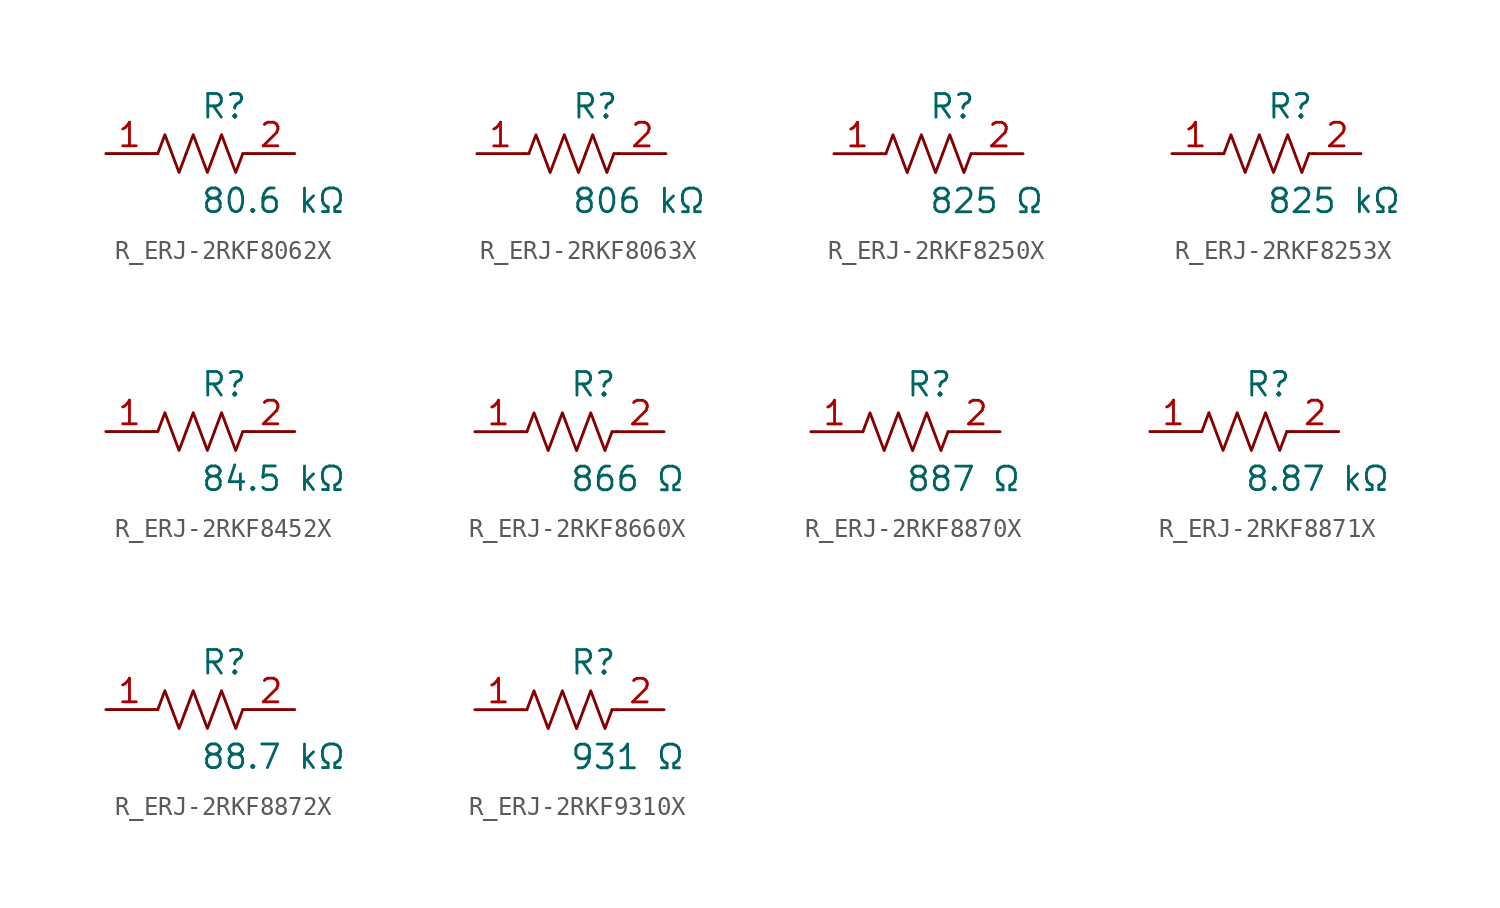
<source format=kicad_sym>
(kicad_symbol_lib
  (version 20231120)
  (generator kicad_symbol_editor)
  (generator_version 8.0)
  (symbol "R_ERJ-2RKF8062X"
    (pin_names
      (offset 0.254))
    (property "Reference" "R"
      (at 0.0 2.54 0)
      (effects (font (size 1.27 1.27)) (justify left)))
    (property "Value" "80.6 kΩ"
      (at 0.0 -2.54 0)
      (effects (font (size 1.27 1.27)) (justify left)))
    (symbol "R_ERJ-2RKF8062X_0_1"
      (polyline (pts (xy 2.286 0) (xy 2.54 0)) (stroke (width 0) (type default)) (fill (type none)))
      (polyline (pts (xy -2.286 0) (xy -2.54 0)) (stroke (width 0) (type default)) (fill (type none)))
      (polyline (pts (xy 0.762 0) (xy 1.143 1.016) (xy 1.524 0) (xy 1.905 -1.016) (xy 2.286 0)) (stroke (width 0) (type default)) (fill (type none)))
      (polyline (pts (xy -0.762 0) (xy -0.381 1.016) (xy 0 0) (xy 0.381 -1.016) (xy 0.762 0)) (stroke (width 0) (type default)) (fill (type none)))
      (polyline (pts (xy -2.286 0) (xy -1.905 1.016) (xy -1.524 0) (xy -1.143 -1.016) (xy -0.762 0)) (stroke (width 0) (type default)) (fill (type none))))
    (pin unspecified line
      (at -5.08 0 0)
      (length 2.54)
      (name "" (effects (font (size 1.27 1.27))))
      (number "1" (effects (font (size 1.27 1.27)))))
    (pin unspecified line
      (at 5.08 0 180)
      (length 2.54)
      (name "" (effects (font (size 1.27 1.27))))
      (number "2" (effects (font (size 1.27 1.27))))))
  (symbol "R_ERJ-2RKF8063X"
    (pin_names
      (offset 0.254))
    (property "Reference" "R"
      (at 0.0 2.54 0)
      (effects (font (size 1.27 1.27)) (justify left)))
    (property "Value" "806 kΩ"
      (at 0.0 -2.54 0)
      (effects (font (size 1.27 1.27)) (justify left)))
    (symbol "R_ERJ-2RKF8063X_0_1"
      (polyline (pts (xy 2.286 0) (xy 2.54 0)) (stroke (width 0) (type default)) (fill (type none)))
      (polyline (pts (xy -2.286 0) (xy -2.54 0)) (stroke (width 0) (type default)) (fill (type none)))
      (polyline (pts (xy 0.762 0) (xy 1.143 1.016) (xy 1.524 0) (xy 1.905 -1.016) (xy 2.286 0)) (stroke (width 0) (type default)) (fill (type none)))
      (polyline (pts (xy -0.762 0) (xy -0.381 1.016) (xy 0 0) (xy 0.381 -1.016) (xy 0.762 0)) (stroke (width 0) (type default)) (fill (type none)))
      (polyline (pts (xy -2.286 0) (xy -1.905 1.016) (xy -1.524 0) (xy -1.143 -1.016) (xy -0.762 0)) (stroke (width 0) (type default)) (fill (type none))))
    (pin unspecified line
      (at -5.08 0 0)
      (length 2.54)
      (name "" (effects (font (size 1.27 1.27))))
      (number "1" (effects (font (size 1.27 1.27)))))
    (pin unspecified line
      (at 5.08 0 180)
      (length 2.54)
      (name "" (effects (font (size 1.27 1.27))))
      (number "2" (effects (font (size 1.27 1.27))))))
  (symbol "R_ERJ-2RKF8250X"
    (pin_names
      (offset 0.254))
    (property "Reference" "R"
      (at 0.0 2.54 0)
      (effects (font (size 1.27 1.27)) (justify left)))
    (property "Value" "825 Ω"
      (at 0.0 -2.54 0)
      (effects (font (size 1.27 1.27)) (justify left)))
    (symbol "R_ERJ-2RKF8250X_0_1"
      (polyline (pts (xy 2.286 0) (xy 2.54 0)) (stroke (width 0) (type default)) (fill (type none)))
      (polyline (pts (xy -2.286 0) (xy -2.54 0)) (stroke (width 0) (type default)) (fill (type none)))
      (polyline (pts (xy 0.762 0) (xy 1.143 1.016) (xy 1.524 0) (xy 1.905 -1.016) (xy 2.286 0)) (stroke (width 0) (type default)) (fill (type none)))
      (polyline (pts (xy -0.762 0) (xy -0.381 1.016) (xy 0 0) (xy 0.381 -1.016) (xy 0.762 0)) (stroke (width 0) (type default)) (fill (type none)))
      (polyline (pts (xy -2.286 0) (xy -1.905 1.016) (xy -1.524 0) (xy -1.143 -1.016) (xy -0.762 0)) (stroke (width 0) (type default)) (fill (type none))))
    (pin unspecified line
      (at -5.08 0 0)
      (length 2.54)
      (name "" (effects (font (size 1.27 1.27))))
      (number "1" (effects (font (size 1.27 1.27)))))
    (pin unspecified line
      (at 5.08 0 180)
      (length 2.54)
      (name "" (effects (font (size 1.27 1.27))))
      (number "2" (effects (font (size 1.27 1.27))))))
  (symbol "R_ERJ-2RKF8253X"
    (pin_names
      (offset 0.254))
    (property "Reference" "R"
      (at 0.0 2.54 0)
      (effects (font (size 1.27 1.27)) (justify left)))
    (property "Value" "825 kΩ"
      (at 0.0 -2.54 0)
      (effects (font (size 1.27 1.27)) (justify left)))
    (symbol "R_ERJ-2RKF8253X_0_1"
      (polyline (pts (xy 2.286 0) (xy 2.54 0)) (stroke (width 0) (type default)) (fill (type none)))
      (polyline (pts (xy -2.286 0) (xy -2.54 0)) (stroke (width 0) (type default)) (fill (type none)))
      (polyline (pts (xy 0.762 0) (xy 1.143 1.016) (xy 1.524 0) (xy 1.905 -1.016) (xy 2.286 0)) (stroke (width 0) (type default)) (fill (type none)))
      (polyline (pts (xy -0.762 0) (xy -0.381 1.016) (xy 0 0) (xy 0.381 -1.016) (xy 0.762 0)) (stroke (width 0) (type default)) (fill (type none)))
      (polyline (pts (xy -2.286 0) (xy -1.905 1.016) (xy -1.524 0) (xy -1.143 -1.016) (xy -0.762 0)) (stroke (width 0) (type default)) (fill (type none))))
    (pin unspecified line
      (at -5.08 0 0)
      (length 2.54)
      (name "" (effects (font (size 1.27 1.27))))
      (number "1" (effects (font (size 1.27 1.27)))))
    (pin unspecified line
      (at 5.08 0 180)
      (length 2.54)
      (name "" (effects (font (size 1.27 1.27))))
      (number "2" (effects (font (size 1.27 1.27))))))
  (symbol "R_ERJ-2RKF8452X"
    (pin_names
      (offset 0.254))
    (property "Reference" "R"
      (at 0.0 2.54 0)
      (effects (font (size 1.27 1.27)) (justify left)))
    (property "Value" "84.5 kΩ"
      (at 0.0 -2.54 0)
      (effects (font (size 1.27 1.27)) (justify left)))
    (symbol "R_ERJ-2RKF8452X_0_1"
      (polyline (pts (xy 2.286 0) (xy 2.54 0)) (stroke (width 0) (type default)) (fill (type none)))
      (polyline (pts (xy -2.286 0) (xy -2.54 0)) (stroke (width 0) (type default)) (fill (type none)))
      (polyline (pts (xy 0.762 0) (xy 1.143 1.016) (xy 1.524 0) (xy 1.905 -1.016) (xy 2.286 0)) (stroke (width 0) (type default)) (fill (type none)))
      (polyline (pts (xy -0.762 0) (xy -0.381 1.016) (xy 0 0) (xy 0.381 -1.016) (xy 0.762 0)) (stroke (width 0) (type default)) (fill (type none)))
      (polyline (pts (xy -2.286 0) (xy -1.905 1.016) (xy -1.524 0) (xy -1.143 -1.016) (xy -0.762 0)) (stroke (width 0) (type default)) (fill (type none))))
    (pin unspecified line
      (at -5.08 0 0)
      (length 2.54)
      (name "" (effects (font (size 1.27 1.27))))
      (number "1" (effects (font (size 1.27 1.27)))))
    (pin unspecified line
      (at 5.08 0 180)
      (length 2.54)
      (name "" (effects (font (size 1.27 1.27))))
      (number "2" (effects (font (size 1.27 1.27))))))
  (symbol "R_ERJ-2RKF8660X"
    (pin_names
      (offset 0.254))
    (property "Reference" "R"
      (at 0.0 2.54 0)
      (effects (font (size 1.27 1.27)) (justify left)))
    (property "Value" "866 Ω"
      (at 0.0 -2.54 0)
      (effects (font (size 1.27 1.27)) (justify left)))
    (symbol "R_ERJ-2RKF8660X_0_1"
      (polyline (pts (xy 2.286 0) (xy 2.54 0)) (stroke (width 0) (type default)) (fill (type none)))
      (polyline (pts (xy -2.286 0) (xy -2.54 0)) (stroke (width 0) (type default)) (fill (type none)))
      (polyline (pts (xy 0.762 0) (xy 1.143 1.016) (xy 1.524 0) (xy 1.905 -1.016) (xy 2.286 0)) (stroke (width 0) (type default)) (fill (type none)))
      (polyline (pts (xy -0.762 0) (xy -0.381 1.016) (xy 0 0) (xy 0.381 -1.016) (xy 0.762 0)) (stroke (width 0) (type default)) (fill (type none)))
      (polyline (pts (xy -2.286 0) (xy -1.905 1.016) (xy -1.524 0) (xy -1.143 -1.016) (xy -0.762 0)) (stroke (width 0) (type default)) (fill (type none))))
    (pin unspecified line
      (at -5.08 0 0)
      (length 2.54)
      (name "" (effects (font (size 1.27 1.27))))
      (number "1" (effects (font (size 1.27 1.27)))))
    (pin unspecified line
      (at 5.08 0 180)
      (length 2.54)
      (name "" (effects (font (size 1.27 1.27))))
      (number "2" (effects (font (size 1.27 1.27))))))
  (symbol "R_ERJ-2RKF8870X"
    (pin_names
      (offset 0.254))
    (property "Reference" "R"
      (at 0.0 2.54 0)
      (effects (font (size 1.27 1.27)) (justify left)))
    (property "Value" "887 Ω"
      (at 0.0 -2.54 0)
      (effects (font (size 1.27 1.27)) (justify left)))
    (symbol "R_ERJ-2RKF8870X_0_1"
      (polyline (pts (xy 2.286 0) (xy 2.54 0)) (stroke (width 0) (type default)) (fill (type none)))
      (polyline (pts (xy -2.286 0) (xy -2.54 0)) (stroke (width 0) (type default)) (fill (type none)))
      (polyline (pts (xy 0.762 0) (xy 1.143 1.016) (xy 1.524 0) (xy 1.905 -1.016) (xy 2.286 0)) (stroke (width 0) (type default)) (fill (type none)))
      (polyline (pts (xy -0.762 0) (xy -0.381 1.016) (xy 0 0) (xy 0.381 -1.016) (xy 0.762 0)) (stroke (width 0) (type default)) (fill (type none)))
      (polyline (pts (xy -2.286 0) (xy -1.905 1.016) (xy -1.524 0) (xy -1.143 -1.016) (xy -0.762 0)) (stroke (width 0) (type default)) (fill (type none))))
    (pin unspecified line
      (at -5.08 0 0)
      (length 2.54)
      (name "" (effects (font (size 1.27 1.27))))
      (number "1" (effects (font (size 1.27 1.27)))))
    (pin unspecified line
      (at 5.08 0 180)
      (length 2.54)
      (name "" (effects (font (size 1.27 1.27))))
      (number "2" (effects (font (size 1.27 1.27))))))
  (symbol "R_ERJ-2RKF8871X"
    (pin_names
      (offset 0.254))
    (property "Reference" "R"
      (at 0.0 2.54 0)
      (effects (font (size 1.27 1.27)) (justify left)))
    (property "Value" "8.87 kΩ"
      (at 0.0 -2.54 0)
      (effects (font (size 1.27 1.27)) (justify left)))
    (symbol "R_ERJ-2RKF8871X_0_1"
      (polyline (pts (xy 2.286 0) (xy 2.54 0)) (stroke (width 0) (type default)) (fill (type none)))
      (polyline (pts (xy -2.286 0) (xy -2.54 0)) (stroke (width 0) (type default)) (fill (type none)))
      (polyline (pts (xy 0.762 0) (xy 1.143 1.016) (xy 1.524 0) (xy 1.905 -1.016) (xy 2.286 0)) (stroke (width 0) (type default)) (fill (type none)))
      (polyline (pts (xy -0.762 0) (xy -0.381 1.016) (xy 0 0) (xy 0.381 -1.016) (xy 0.762 0)) (stroke (width 0) (type default)) (fill (type none)))
      (polyline (pts (xy -2.286 0) (xy -1.905 1.016) (xy -1.524 0) (xy -1.143 -1.016) (xy -0.762 0)) (stroke (width 0) (type default)) (fill (type none))))
    (pin unspecified line
      (at -5.08 0 0)
      (length 2.54)
      (name "" (effects (font (size 1.27 1.27))))
      (number "1" (effects (font (size 1.27 1.27)))))
    (pin unspecified line
      (at 5.08 0 180)
      (length 2.54)
      (name "" (effects (font (size 1.27 1.27))))
      (number "2" (effects (font (size 1.27 1.27))))))
  (symbol "R_ERJ-2RKF8872X"
    (pin_names
      (offset 0.254))
    (property "Reference" "R"
      (at 0.0 2.54 0)
      (effects (font (size 1.27 1.27)) (justify left)))
    (property "Value" "88.7 kΩ"
      (at 0.0 -2.54 0)
      (effects (font (size 1.27 1.27)) (justify left)))
    (symbol "R_ERJ-2RKF8872X_0_1"
      (polyline (pts (xy 2.286 0) (xy 2.54 0)) (stroke (width 0) (type default)) (fill (type none)))
      (polyline (pts (xy -2.286 0) (xy -2.54 0)) (stroke (width 0) (type default)) (fill (type none)))
      (polyline (pts (xy 0.762 0) (xy 1.143 1.016) (xy 1.524 0) (xy 1.905 -1.016) (xy 2.286 0)) (stroke (width 0) (type default)) (fill (type none)))
      (polyline (pts (xy -0.762 0) (xy -0.381 1.016) (xy 0 0) (xy 0.381 -1.016) (xy 0.762 0)) (stroke (width 0) (type default)) (fill (type none)))
      (polyline (pts (xy -2.286 0) (xy -1.905 1.016) (xy -1.524 0) (xy -1.143 -1.016) (xy -0.762 0)) (stroke (width 0) (type default)) (fill (type none))))
    (pin unspecified line
      (at -5.08 0 0)
      (length 2.54)
      (name "" (effects (font (size 1.27 1.27))))
      (number "1" (effects (font (size 1.27 1.27)))))
    (pin unspecified line
      (at 5.08 0 180)
      (length 2.54)
      (name "" (effects (font (size 1.27 1.27))))
      (number "2" (effects (font (size 1.27 1.27))))))
  (symbol "R_ERJ-2RKF9310X"
    (pin_names
      (offset 0.254))
    (property "Reference" "R"
      (at 0.0 2.54 0)
      (effects (font (size 1.27 1.27)) (justify left)))
    (property "Value" "931 Ω"
      (at 0.0 -2.54 0)
      (effects (font (size 1.27 1.27)) (justify left)))
    (symbol "R_ERJ-2RKF9310X_0_1"
      (polyline (pts (xy 2.286 0) (xy 2.54 0)) (stroke (width 0) (type default)) (fill (type none)))
      (polyline (pts (xy -2.286 0) (xy -2.54 0)) (stroke (width 0) (type default)) (fill (type none)))
      (polyline (pts (xy 0.762 0) (xy 1.143 1.016) (xy 1.524 0) (xy 1.905 -1.016) (xy 2.286 0)) (stroke (width 0) (type default)) (fill (type none)))
      (polyline (pts (xy -0.762 0) (xy -0.381 1.016) (xy 0 0) (xy 0.381 -1.016) (xy 0.762 0)) (stroke (width 0) (type default)) (fill (type none)))
      (polyline (pts (xy -2.286 0) (xy -1.905 1.016) (xy -1.524 0) (xy -1.143 -1.016) (xy -0.762 0)) (stroke (width 0) (type default)) (fill (type none))))
    (pin unspecified line
      (at -5.08 0 0)
      (length 2.54)
      (name "" (effects (font (size 1.27 1.27))))
      (number "1" (effects (font (size 1.27 1.27)))))
    (pin unspecified line
      (at 5.08 0 180)
      (length 2.54)
      (name "" (effects (font (size 1.27 1.27))))
      (number "2" (effects (font (size 1.27 1.27)))))))
</source>
